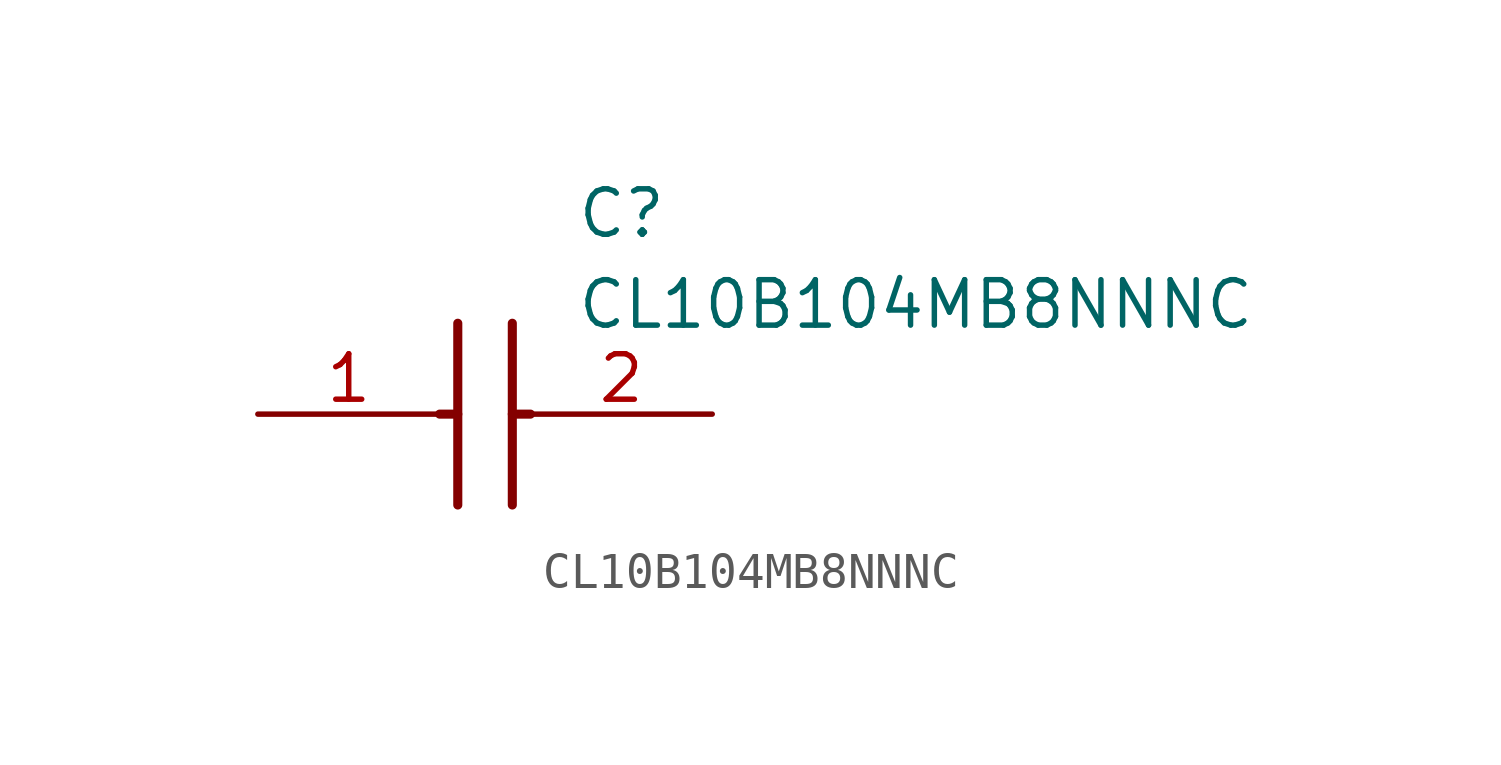
<source format=kicad_sym>
(kicad_symbol_lib
  (version 20211014)
  (generator SamacSys_ECAD_Model)
  (symbol "CL10B104MB8NNNC"
    (pin_names hide)
    (property "Reference" "C"
      (at 8.89 6.35 0)
      (effects (font (size 1.27 1.27)) (justify left top)))
    (property "Value" "CL10B104MB8NNNC"
      (at 8.89 3.81 0)
      (effects (font (size 1.27 1.27)) (justify left top)))
    (polyline
      (pts (xy 5.588 2.54) (xy 5.588 -2.54))
      (stroke (width 0.254) (type default))
      (fill (type none)))
    (polyline
      (pts (xy 7.112 2.54) (xy 7.112 -2.54))
      (stroke (width 0.254) (type default))
      (fill (type none)))
    (polyline
      (pts (xy 5.08 0) (xy 5.588 0))
      (stroke (width 0.254) (type default))
      (fill (type none)))
    (polyline
      (pts (xy 7.112 0) (xy 7.62 0))
      (stroke (width 0.254) (type default))
      (fill (type none)))
    (pin passive line
      (at 0 0 0)
      (length 5.08)
      (name "1" (effects (font (size 1.27 1.27))))
      (number "1" (effects (font (size 1.27 1.27)))))
    (pin passive line
      (at 12.7 0 180)
      (length 5.08)
      (name "2" (effects (font (size 1.27 1.27))))
      (number "2" (effects (font (size 1.27 1.27)))))))
</source>
